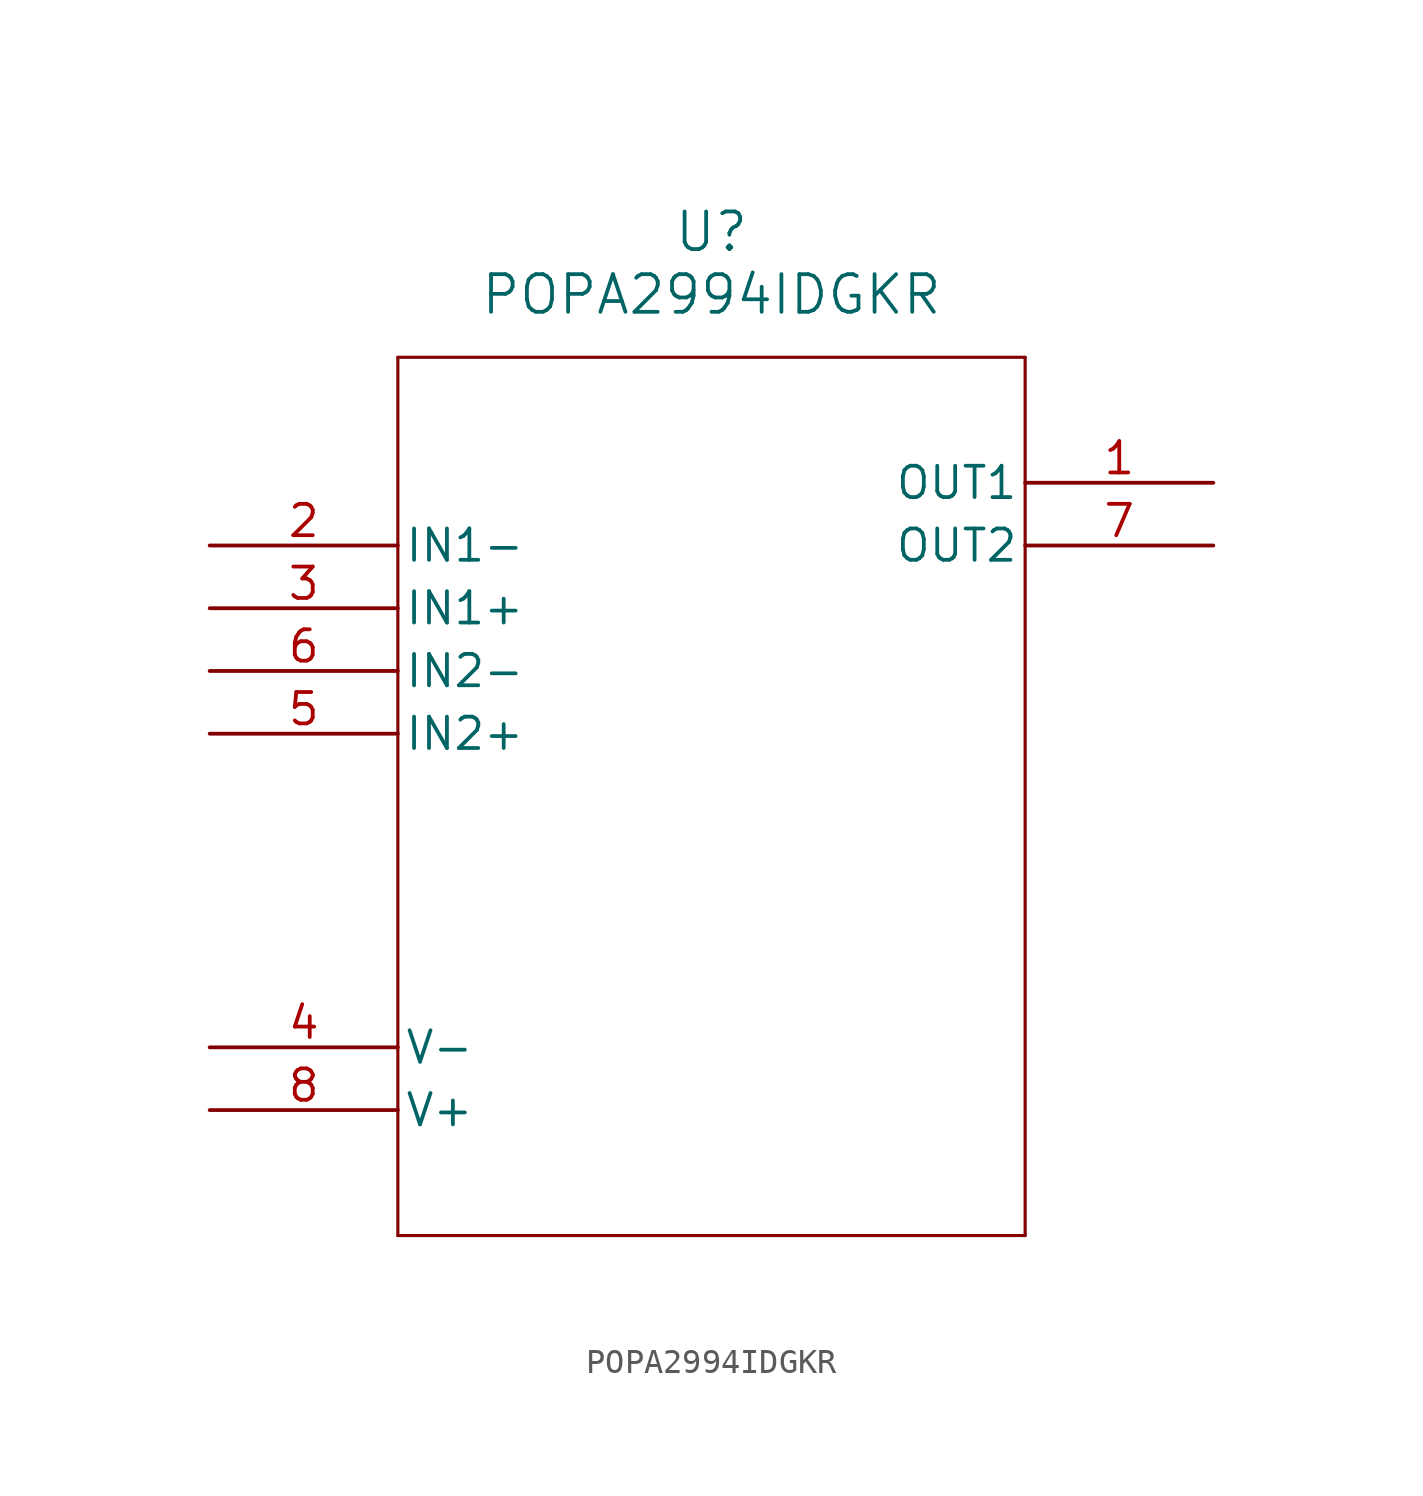
<source format=kicad_sym>
(kicad_symbol_lib
  (version 20211014)
  (generator kicad_symbol_editor)
  (symbol "POPA2994IDGKR"
    (pin_names
      (offset 0.254))
    (property "Reference" "U"
      (at 20.32 12.7 0)
      (effects (font (size 1.524 1.524))))
    (property "Value" "POPA2994IDGKR"
      (at 20.32 10.16 0)
      (effects (font (size 1.524 1.524))))
    (symbol "POPA2994IDGKR_0_1"
      (polyline (pts (xy 7.62 7.62) (xy 7.62 -27.94)) (stroke (width 0.127) (type default) (color 0 0 0 0)) (fill (type none)))
      (polyline (pts (xy 7.62 -27.94) (xy 33.02 -27.94)) (stroke (width 0.127) (type default) (color 0 0 0 0)) (fill (type none)))
      (polyline (pts (xy 33.02 -27.94) (xy 33.02 7.62)) (stroke (width 0.127) (type default) (color 0 0 0 0)) (fill (type none)))
      (polyline (pts (xy 33.02 7.62) (xy 7.62 7.62)) (stroke (width 0.127) (type default) (color 0 0 0 0)) (fill (type none)))
      (pin output line (at 40.64 2.54 180) (length 7.62) (name "OUT1" (effects (font (size 1.27 1.27)))) (number "1" (effects (font (size 1.27 1.27)))))
      (pin input line (at 0 0 0) (length 7.62) (name "IN1-" (effects (font (size 1.27 1.27)))) (number "2" (effects (font (size 1.27 1.27)))))
      (pin input line (at 0 -2.54 0) (length 7.62) (name "IN1+" (effects (font (size 1.27 1.27)))) (number "3" (effects (font (size 1.27 1.27)))))
      (pin power_in line (at 0 -20.32 0) (length 7.62) (name "V-" (effects (font (size 1.27 1.27)))) (number "4" (effects (font (size 1.27 1.27)))))
      (pin input line (at 0 -7.62 0) (length 7.62) (name "IN2+" (effects (font (size 1.27 1.27)))) (number "5" (effects (font (size 1.27 1.27)))))
      (pin input line (at 0 -5.08 0) (length 7.62) (name "IN2-" (effects (font (size 1.27 1.27)))) (number "6" (effects (font (size 1.27 1.27)))))
      (pin output line (at 40.64 0 180) (length 7.62) (name "OUT2" (effects (font (size 1.27 1.27)))) (number "7" (effects (font (size 1.27 1.27)))))
      (pin power_in line (at 0 -22.86 0) (length 7.62) (name "V+" (effects (font (size 1.27 1.27)))) (number "8" (effects (font (size 1.27 1.27))))))))
</source>
